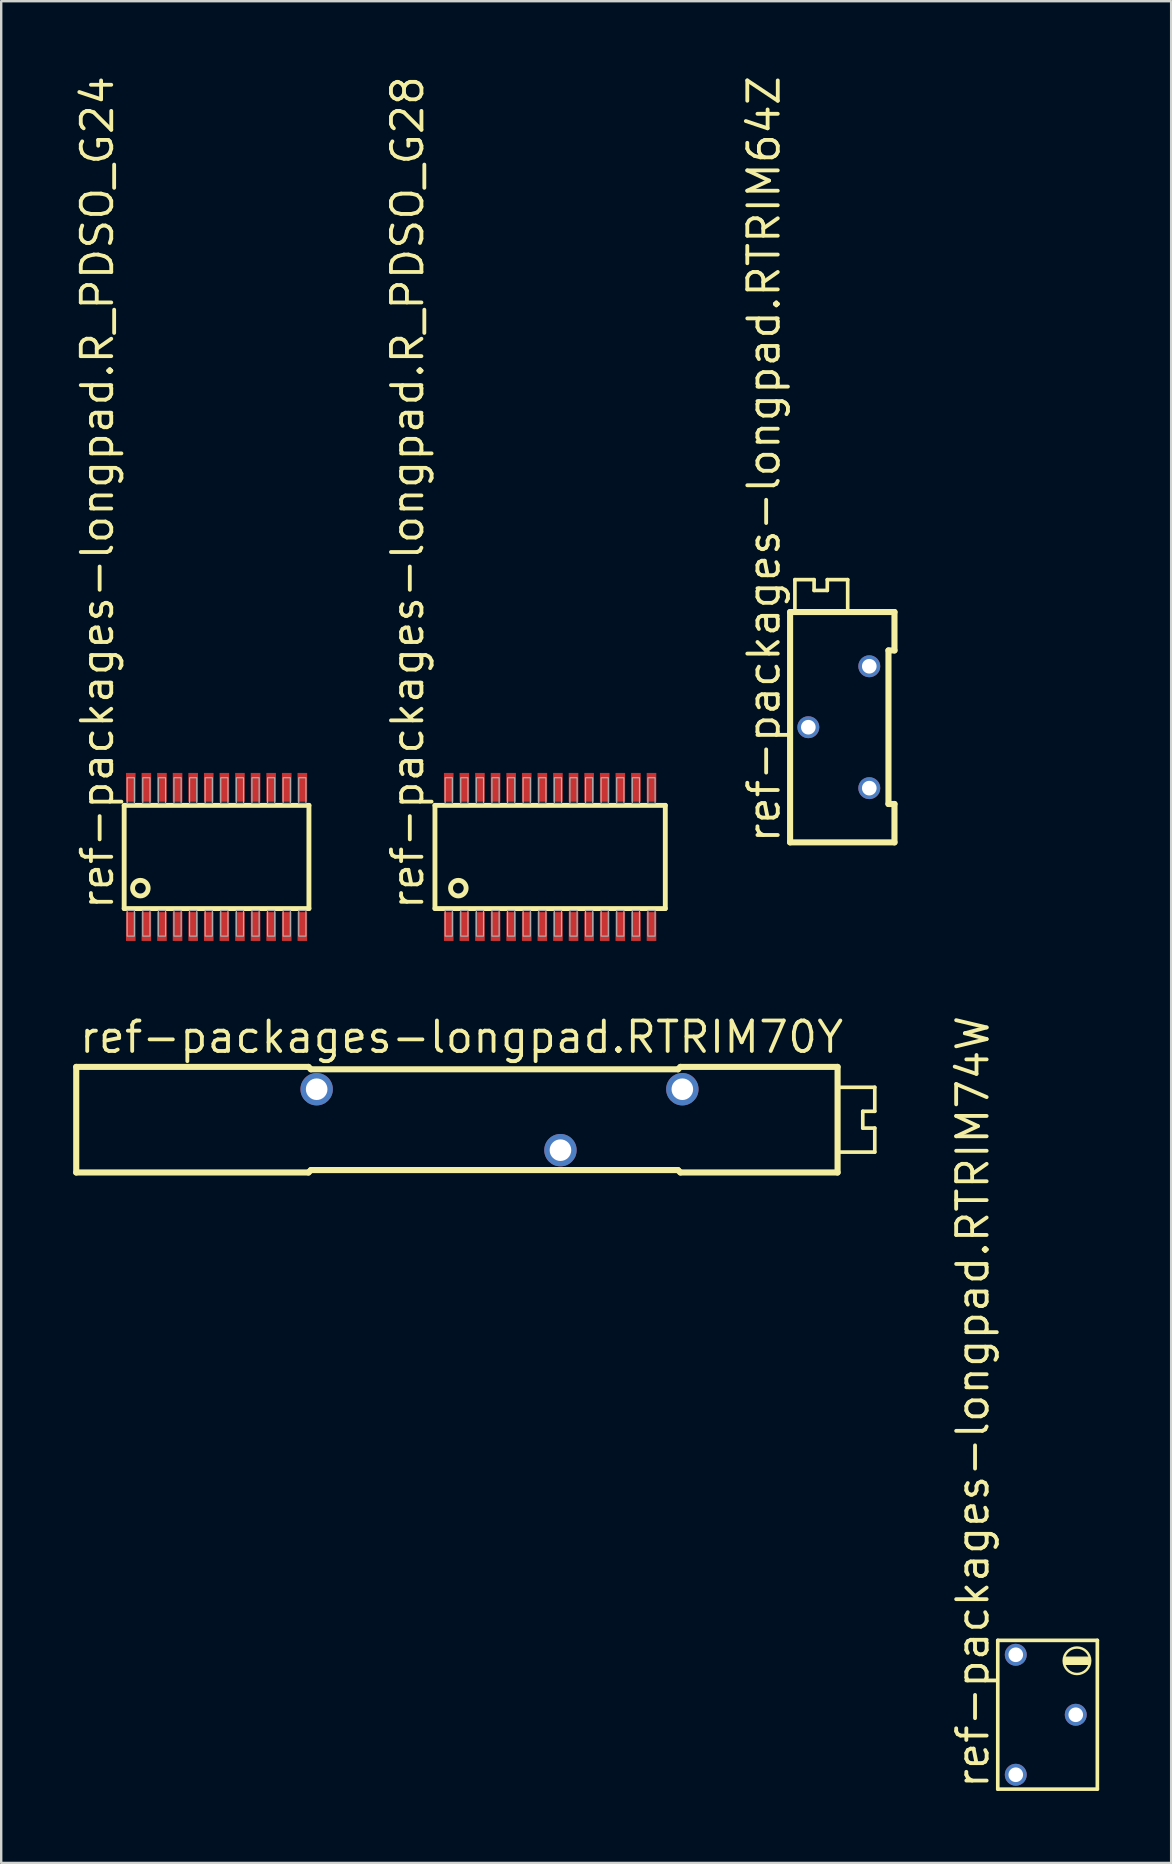
<source format=kicad_pcb>
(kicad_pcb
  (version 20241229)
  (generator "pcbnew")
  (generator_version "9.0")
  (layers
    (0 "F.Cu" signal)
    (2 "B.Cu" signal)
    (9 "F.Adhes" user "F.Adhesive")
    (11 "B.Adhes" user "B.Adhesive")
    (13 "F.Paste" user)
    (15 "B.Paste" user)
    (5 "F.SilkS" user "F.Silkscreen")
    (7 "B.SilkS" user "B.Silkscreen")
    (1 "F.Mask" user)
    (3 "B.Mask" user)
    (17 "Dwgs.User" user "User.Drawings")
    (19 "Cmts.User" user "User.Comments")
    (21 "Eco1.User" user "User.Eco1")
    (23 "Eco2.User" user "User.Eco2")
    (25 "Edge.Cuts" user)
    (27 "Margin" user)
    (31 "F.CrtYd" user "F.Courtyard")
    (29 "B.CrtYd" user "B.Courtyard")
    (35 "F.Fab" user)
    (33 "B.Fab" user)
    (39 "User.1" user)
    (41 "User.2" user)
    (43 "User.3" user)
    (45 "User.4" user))
  (footprint "ref-packages-longpad.RTRIM64Z"
    (layer "F.Cu")
    (at 33.178 27.257)
    (property "Reference" "ref-packages-longpad.RTRIM64Z" (at -3.65 4.9 90) (layer "F.SilkS") (effects (font (size 1.27 1.27) (thickness 0.16)) (justify left bottom)))
    (attr through_hole)
    (fp_line (start -3.3 -4.8) (end 1.05 -4.8) (stroke (width 0.254) (type default)) (layer "F.SilkS"))
    (fp_line (start -3.3 4.8) (end -3.3 -4.8) (stroke (width 0.254) (type default)) (layer "F.SilkS"))
    (fp_line (start -3.1 -6.15) (end -2.3 -6.15) (stroke (width 0.152) (type default)) (layer "F.SilkS"))
    (fp_line (start -3.1 -4.95) (end -3.1 -6.15) (stroke (width 0.152) (type default)) (layer "F.SilkS"))
    (fp_line (start -2.3 -6.15) (end -2.3 -5.7) (stroke (width 0.152) (type default)) (layer "F.SilkS"))
    (fp_line (start -2.3 -5.7) (end -1.75 -5.7) (stroke (width 0.152) (type default)) (layer "F.SilkS"))
    (fp_line (start -1.75 -6.15) (end -0.9 -6.15) (stroke (width 0.152) (type default)) (layer "F.SilkS"))
    (fp_line (start -1.75 -5.7) (end -1.75 -6.15) (stroke (width 0.152) (type default)) (layer "F.SilkS"))
    (fp_line (start -0.9 -6.15) (end -0.9 -4.95) (stroke (width 0.152) (type default)) (layer "F.SilkS"))
    (fp_line (start 0.8 -3.2) (end 0.8 3.2) (stroke (width 0.254) (type default)) (layer "F.SilkS"))
    (fp_line (start 0.8 3.2) (end 1.05 3.2) (stroke (width 0.254) (type default)) (layer "F.SilkS"))
    (fp_line (start 1.05 -4.8) (end 1.05 -3.2) (stroke (width 0.254) (type default)) (layer "F.SilkS"))
    (fp_line (start 1.05 -3.2) (end 0.8 -3.2) (stroke (width 0.254) (type default)) (layer "F.SilkS"))
    (fp_line (start 1.05 3.2) (end 1.05 4.8) (stroke (width 0.254) (type default)) (layer "F.SilkS"))
    (fp_line (start 1.05 4.8) (end -3.3 4.8) (stroke (width 0.254) (type default)) (layer "F.SilkS"))
    (pad "1" thru_hole circle (at 0 2.54) (size 0.914 0.914) (drill 0.61) (layers "*.Cu" "*.Mask"))
    (pad "2" thru_hole circle (at -2.54 0) (size 0.914 0.914) (drill 0.61) (layers "*.Cu" "*.Mask"))
    (pad "3" thru_hole circle (at 0 -2.54) (size 0.914 0.914) (drill 0.61) (layers "*.Cu" "*.Mask")))
  (footprint "ref-packages-longpad.RTRIM70Y"
    (layer "F.Cu")
    (at 16.497 43.614)
    (property "Reference" "ref-packages-longpad.RTRIM70Y" (at -16.32 -2.7 0) (layer "F.SilkS") (effects (font (size 1.27 1.27) (thickness 0.16)) (justify left bottom)))
    (attr through_hole)
    (fp_line (start -16.37 -2.2) (end -16.37 2.2) (stroke (width 0.254) (type default)) (layer "F.SilkS"))
    (fp_line (start -16.37 2.2) (end -6.69 2.2) (stroke (width 0.254) (type default)) (layer "F.SilkS"))
    (fp_line (start -6.69 -2.2) (end -16.37 -2.2) (stroke (width 0.254) (type default)) (layer "F.SilkS"))
    (fp_line (start -6.59 -2.1) (end -6.69 -2.2) (stroke (width 0.254) (type default)) (layer "F.SilkS"))
    (fp_line (start -6.59 2.1) (end -6.69 2.2) (stroke (width 0.254) (type default)) (layer "F.SilkS"))
    (fp_line (start 8.71 -2.1) (end -6.59 -2.1) (stroke (width 0.254) (type default)) (layer "F.SilkS"))
    (fp_line (start 8.71 2.1) (end -6.59 2.1) (stroke (width 0.254) (type default)) (layer "F.SilkS"))
    (fp_line (start 8.71 2.1) (end 8.81 2.2) (stroke (width 0.254) (type default)) (layer "F.SilkS"))
    (fp_line (start 8.81 -2.2) (end 8.71 -2.1) (stroke (width 0.254) (type default)) (layer "F.SilkS"))
    (fp_line (start 8.81 2.2) (end 15.36 2.2) (stroke (width 0.254) (type default)) (layer "F.SilkS"))
    (fp_line (start 15.36 -2.2) (end 8.81 -2.2) (stroke (width 0.254) (type default)) (layer "F.SilkS"))
    (fp_line (start 15.36 2.2) (end 15.36 -2.2) (stroke (width 0.254) (type default)) (layer "F.SilkS"))
    (fp_line (start 15.46 -1.35) (end 16.91 -1.35) (stroke (width 0.152) (type default)) (layer "F.SilkS"))
    (fp_line (start 16.41 -0.35) (end 16.41 0.35) (stroke (width 0.152) (type default)) (layer "F.SilkS"))
    (fp_line (start 16.41 0.35) (end 16.91 0.35) (stroke (width 0.152) (type default)) (layer "F.SilkS"))
    (fp_line (start 16.91 -1.35) (end 16.91 -0.35) (stroke (width 0.152) (type default)) (layer "F.SilkS"))
    (fp_line (start 16.91 -0.35) (end 16.41 -0.35) (stroke (width 0.152) (type default)) (layer "F.SilkS"))
    (fp_line (start 16.91 0.35) (end 16.91 1.35) (stroke (width 0.152) (type default)) (layer "F.SilkS"))
    (fp_line (start 16.91 1.35) (end 15.46 1.35) (stroke (width 0.152) (type default)) (layer "F.SilkS"))
    (pad "1" thru_hole circle (at -6.35 -1.27) (size 1.35 1.35) (drill 0.9) (layers "*.Cu" "*.Mask"))
    (pad "2" thru_hole circle (at 3.81 1.27) (size 1.35 1.35) (drill 0.9) (layers "*.Cu" "*.Mask"))
    (pad "3" thru_hole circle (at 8.89 -1.27) (size 1.35 1.35) (drill 0.9) (layers "*.Cu" "*.Mask")))
  (footprint "ref-packages-longpad.R_PDSO_G28"
    (layer "F.Cu")
    (at 19.877 32.664)
    (property "Reference" "ref-packages-longpad.R_PDSO_G28" (at -5.2 2.275 90) (layer "F.SilkS") (effects (font (size 1.27 1.27) (thickness 0.16)) (justify left bottom)))
    (attr smd)
    (fp_line (start -4.8 -2.15) (end 4.8 -2.15) (stroke (width 0.203) (type default)) (layer "F.SilkS"))
    (fp_line (start -4.8 2.15) (end -4.8 -2.15) (stroke (width 0.203) (type default)) (layer "F.SilkS"))
    (fp_line (start 4.8 -2.15) (end 4.8 2.15) (stroke (width 0.203) (type default)) (layer "F.SilkS"))
    (fp_line (start 4.8 2.15) (end -4.8 2.15) (stroke (width 0.203) (type default)) (layer "F.SilkS"))
    (fp_circle (center -3.825 1.3) (end -3.5 1.3) (stroke (width 0.203) (type default)) (fill no) (layer "F.SilkS"))
    (fp_rect (start -4.375 -2.23) (end -4.075 -3.3) (stroke (width 0.05) (type default)) (fill no) (layer "F.Fab"))
    (fp_rect (start -4.375 3.3) (end -4.075 2.23) (stroke (width 0.05) (type default)) (fill no) (layer "F.Fab"))
    (fp_rect (start -3.725 -2.23) (end -3.425 -3.3) (stroke (width 0.05) (type default)) (fill no) (layer "F.Fab"))
    (fp_rect (start -3.725 3.3) (end -3.425 2.23) (stroke (width 0.05) (type default)) (fill no) (layer "F.Fab"))
    (fp_rect (start -3.075 -2.23) (end -2.775 -3.3) (stroke (width 0.05) (type default)) (fill no) (layer "F.Fab"))
    (fp_rect (start -3.075 3.3) (end -2.775 2.23) (stroke (width 0.05) (type default)) (fill no) (layer "F.Fab"))
    (fp_rect (start -2.425 -2.23) (end -2.125 -3.3) (stroke (width 0.05) (type default)) (fill no) (layer "F.Fab"))
    (fp_rect (start -2.425 3.3) (end -2.125 2.23) (stroke (width 0.05) (type default)) (fill no) (layer "F.Fab"))
    (fp_rect (start -1.775 -2.23) (end -1.475 -3.3) (stroke (width 0.05) (type default)) (fill no) (layer "F.Fab"))
    (fp_rect (start -1.775 3.3) (end -1.475 2.23) (stroke (width 0.05) (type default)) (fill no) (layer "F.Fab"))
    (fp_rect (start -1.125 -2.23) (end -0.825 -3.3) (stroke (width 0.05) (type default)) (fill no) (layer "F.Fab"))
    (fp_rect (start -1.125 3.3) (end -0.825 2.23) (stroke (width 0.05) (type default)) (fill no) (layer "F.Fab"))
    (fp_rect (start -0.475 -2.23) (end -0.175 -3.3) (stroke (width 0.05) (type default)) (fill no) (layer "F.Fab"))
    (fp_rect (start -0.475 3.3) (end -0.175 2.23) (stroke (width 0.05) (type default)) (fill no) (layer "F.Fab"))
    (fp_rect (start 0.175 -2.23) (end 0.475 -3.3) (stroke (width 0.05) (type default)) (fill no) (layer "F.Fab"))
    (fp_rect (start 0.175 3.3) (end 0.475 2.23) (stroke (width 0.05) (type default)) (fill no) (layer "F.Fab"))
    (fp_rect (start 0.825 -2.23) (end 1.125 -3.3) (stroke (width 0.05) (type default)) (fill no) (layer "F.Fab"))
    (fp_rect (start 0.825 3.3) (end 1.125 2.23) (stroke (width 0.05) (type default)) (fill no) (layer "F.Fab"))
    (fp_rect (start 1.475 -2.23) (end 1.775 -3.3) (stroke (width 0.05) (type default)) (fill no) (layer "F.Fab"))
    (fp_rect (start 1.475 3.3) (end 1.775 2.23) (stroke (width 0.05) (type default)) (fill no) (layer "F.Fab"))
    (fp_rect (start 2.125 -2.23) (end 2.425 -3.3) (stroke (width 0.05) (type default)) (fill no) (layer "F.Fab"))
    (fp_rect (start 2.125 3.3) (end 2.425 2.23) (stroke (width 0.05) (type default)) (fill no) (layer "F.Fab"))
    (fp_rect (start 2.775 -2.23) (end 3.075 -3.3) (stroke (width 0.05) (type default)) (fill no) (layer "F.Fab"))
    (fp_rect (start 2.775 3.3) (end 3.075 2.23) (stroke (width 0.05) (type default)) (fill no) (layer "F.Fab"))
    (fp_rect (start 3.425 -2.23) (end 3.725 -3.3) (stroke (width 0.05) (type default)) (fill no) (layer "F.Fab"))
    (fp_rect (start 3.425 3.3) (end 3.725 2.23) (stroke (width 0.05) (type default)) (fill no) (layer "F.Fab"))
    (fp_rect (start 4.075 -2.23) (end 4.375 -3.3) (stroke (width 0.05) (type default)) (fill no) (layer "F.Fab"))
    (fp_rect (start 4.075 3.3) (end 4.375 2.23) (stroke (width 0.05) (type default)) (fill no) (layer "F.Fab"))
    (pad "1" smd roundrect (at -4.225 2.9) (size 0.4 1.2) (layers "F.Cu" "F.Mask" "F.Paste") (roundrect_rratio 0.01))
    (pad "2" smd roundrect (at -3.575 2.9) (size 0.4 1.2) (layers "F.Cu" "F.Mask" "F.Paste") (roundrect_rratio 0.01))
    (pad "3" smd roundrect (at -2.925 2.9) (size 0.4 1.2) (layers "F.Cu" "F.Mask" "F.Paste") (roundrect_rratio 0.01))
    (pad "4" smd roundrect (at -2.275 2.9) (size 0.4 1.2) (layers "F.Cu" "F.Mask" "F.Paste") (roundrect_rratio 0.01))
    (pad "5" smd roundrect (at -1.625 2.9) (size 0.4 1.2) (layers "F.Cu" "F.Mask" "F.Paste") (roundrect_rratio 0.01))
    (pad "6" smd roundrect (at -0.975 2.9) (size 0.4 1.2) (layers "F.Cu" "F.Mask" "F.Paste") (roundrect_rratio 0.01))
    (pad "7" smd roundrect (at -0.325 2.9) (size 0.4 1.2) (layers "F.Cu" "F.Mask" "F.Paste") (roundrect_rratio 0.01))
    (pad "8" smd roundrect (at 0.325 2.9) (size 0.4 1.2) (layers "F.Cu" "F.Mask" "F.Paste") (roundrect_rratio 0.01))
    (pad "9" smd roundrect (at 0.975 2.9) (size 0.4 1.2) (layers "F.Cu" "F.Mask" "F.Paste") (roundrect_rratio 0.01))
    (pad "10" smd roundrect (at 1.625 2.9) (size 0.4 1.2) (layers "F.Cu" "F.Mask" "F.Paste") (roundrect_rratio 0.01))
    (pad "11" smd roundrect (at 2.275 2.9) (size 0.4 1.2) (layers "F.Cu" "F.Mask" "F.Paste") (roundrect_rratio 0.01))
    (pad "12" smd roundrect (at 2.925 2.9) (size 0.4 1.2) (layers "F.Cu" "F.Mask" "F.Paste") (roundrect_rratio 0.01))
    (pad "13" smd roundrect (at 3.575 2.9) (size 0.4 1.2) (layers "F.Cu" "F.Mask" "F.Paste") (roundrect_rratio 0.01))
    (pad "14" smd roundrect (at 4.225 2.9) (size 0.4 1.2) (layers "F.Cu" "F.Mask" "F.Paste") (roundrect_rratio 0.01))
    (pad "15" smd roundrect (at 4.225 -2.9 180) (size 0.4 1.2) (layers "F.Cu" "F.Mask" "F.Paste") (roundrect_rratio 0.01))
    (pad "16" smd roundrect (at 3.575 -2.9 180) (size 0.4 1.2) (layers "F.Cu" "F.Mask" "F.Paste") (roundrect_rratio 0.01))
    (pad "17" smd roundrect (at 2.925 -2.9 180) (size 0.4 1.2) (layers "F.Cu" "F.Mask" "F.Paste") (roundrect_rratio 0.01))
    (pad "18" smd roundrect (at 2.275 -2.9 180) (size 0.4 1.2) (layers "F.Cu" "F.Mask" "F.Paste") (roundrect_rratio 0.01))
    (pad "19" smd roundrect (at 1.625 -2.9 180) (size 0.4 1.2) (layers "F.Cu" "F.Mask" "F.Paste") (roundrect_rratio 0.01))
    (pad "20" smd roundrect (at 0.975 -2.9 180) (size 0.4 1.2) (layers "F.Cu" "F.Mask" "F.Paste") (roundrect_rratio 0.01))
    (pad "21" smd roundrect (at 0.325 -2.9 180) (size 0.4 1.2) (layers "F.Cu" "F.Mask" "F.Paste") (roundrect_rratio 0.01))
    (pad "22" smd roundrect (at -0.325 -2.9 180) (size 0.4 1.2) (layers "F.Cu" "F.Mask" "F.Paste") (roundrect_rratio 0.01))
    (pad "23" smd roundrect (at -0.975 -2.9 180) (size 0.4 1.2) (layers "F.Cu" "F.Mask" "F.Paste") (roundrect_rratio 0.01))
    (pad "24" smd roundrect (at -1.625 -2.9 180) (size 0.4 1.2) (layers "F.Cu" "F.Mask" "F.Paste") (roundrect_rratio 0.01))
    (pad "25" smd roundrect (at -2.275 -2.9 180) (size 0.4 1.2) (layers "F.Cu" "F.Mask" "F.Paste") (roundrect_rratio 0.01))
    (pad "26" smd roundrect (at -2.925 -2.9 180) (size 0.4 1.2) (layers "F.Cu" "F.Mask" "F.Paste") (roundrect_rratio 0.01))
    (pad "27" smd roundrect (at -3.575 -2.9 180) (size 0.4 1.2) (layers "F.Cu" "F.Mask" "F.Paste") (roundrect_rratio 0.01))
    (pad "28" smd roundrect (at -4.225 -2.9 180) (size 0.4 1.2) (layers "F.Cu" "F.Mask" "F.Paste") (roundrect_rratio 0.01)))
  (footprint "ref-packages-longpad.RTRIM74W"
    (layer "F.Cu")
    (at 40.533 68.414)
    (property "Reference" "ref-packages-longpad.RTRIM74W" (at -2.3 3.15 90) (layer "F.SilkS") (effects (font (size 1.27 1.27) (thickness 0.16)) (justify left bottom)))
    (attr through_hole)
    (fp_line (start -2 -3.1) (end -2 3.1) (stroke (width 0.152) (type default)) (layer "F.SilkS"))
    (fp_line (start -2 3.1) (end 2.15 3.1) (stroke (width 0.152) (type default)) (layer "F.SilkS"))
    (fp_line (start 2.15 -3.1) (end -2 -3.1) (stroke (width 0.152) (type default)) (layer "F.SilkS"))
    (fp_line (start 2.15 3.1) (end 2.15 -3.1) (stroke (width 0.152) (type default)) (layer "F.SilkS"))
    (fp_rect (start 0.8 -2.1) (end 1.8 -2.4) (stroke (width 0.05) (type default)) (fill yes) (layer "F.SilkS"))
    (fp_circle (center 1.3 -2.25) (end 1.852 -2.25) (stroke (width 0.102) (type default)) (fill no) (layer "F.SilkS"))
    (pad "1" thru_hole circle (at -1.25 2.5) (size 0.914 0.914) (drill 0.61) (layers "*.Cu" "*.Mask"))
    (pad "2" thru_hole circle (at 1.25 0) (size 0.914 0.914) (drill 0.61) (layers "*.Cu" "*.Mask"))
    (pad "3" thru_hole circle (at -1.25 -2.5) (size 0.914 0.914) (drill 0.61) (layers "*.Cu" "*.Mask")))
  (footprint "ref-packages-longpad.R_PDSO_G24"
    (layer "F.Cu")
    (at 5.975 32.664)
    (property "Reference" "ref-packages-longpad.R_PDSO_G24" (at -4.225 2.275 90) (layer "F.SilkS") (effects (font (size 1.27 1.27) (thickness 0.16)) (justify left bottom)))
    (attr smd)
    (fp_line (start -3.85 -2.15) (end 3.85 -2.15) (stroke (width 0.203) (type default)) (layer "F.SilkS"))
    (fp_line (start -3.85 2.15) (end -3.85 -2.15) (stroke (width 0.203) (type default)) (layer "F.SilkS"))
    (fp_line (start 3.85 -2.15) (end 3.85 2.15) (stroke (width 0.203) (type default)) (layer "F.SilkS"))
    (fp_line (start 3.85 2.15) (end -3.85 2.15) (stroke (width 0.203) (type default)) (layer "F.SilkS"))
    (fp_circle (center -3.175 1.3) (end -2.85 1.3) (stroke (width 0.203) (type default)) (fill no) (layer "F.SilkS"))
    (fp_rect (start -3.725 -2.23) (end -3.425 -3.3) (stroke (width 0.05) (type default)) (fill no) (layer "F.Fab"))
    (fp_rect (start -3.725 3.3) (end -3.425 2.23) (stroke (width 0.05) (type default)) (fill no) (layer "F.Fab"))
    (fp_rect (start -3.075 -2.23) (end -2.775 -3.3) (stroke (width 0.05) (type default)) (fill no) (layer "F.Fab"))
    (fp_rect (start -3.075 3.3) (end -2.775 2.23) (stroke (width 0.05) (type default)) (fill no) (layer "F.Fab"))
    (fp_rect (start -2.425 -2.23) (end -2.125 -3.3) (stroke (width 0.05) (type default)) (fill no) (layer "F.Fab"))
    (fp_rect (start -2.425 3.3) (end -2.125 2.23) (stroke (width 0.05) (type default)) (fill no) (layer "F.Fab"))
    (fp_rect (start -1.775 -2.23) (end -1.475 -3.3) (stroke (width 0.05) (type default)) (fill no) (layer "F.Fab"))
    (fp_rect (start -1.775 3.3) (end -1.475 2.23) (stroke (width 0.05) (type default)) (fill no) (layer "F.Fab"))
    (fp_rect (start -1.125 -2.23) (end -0.825 -3.3) (stroke (width 0.05) (type default)) (fill no) (layer "F.Fab"))
    (fp_rect (start -1.125 3.3) (end -0.825 2.23) (stroke (width 0.05) (type default)) (fill no) (layer "F.Fab"))
    (fp_rect (start -0.475 -2.23) (end -0.175 -3.3) (stroke (width 0.05) (type default)) (fill no) (layer "F.Fab"))
    (fp_rect (start -0.475 3.3) (end -0.175 2.23) (stroke (width 0.05) (type default)) (fill no) (layer "F.Fab"))
    (fp_rect (start 0.175 -2.23) (end 0.475 -3.3) (stroke (width 0.05) (type default)) (fill no) (layer "F.Fab"))
    (fp_rect (start 0.175 3.3) (end 0.475 2.23) (stroke (width 0.05) (type default)) (fill no) (layer "F.Fab"))
    (fp_rect (start 0.825 -2.23) (end 1.125 -3.3) (stroke (width 0.05) (type default)) (fill no) (layer "F.Fab"))
    (fp_rect (start 0.825 3.3) (end 1.125 2.23) (stroke (width 0.05) (type default)) (fill no) (layer "F.Fab"))
    (fp_rect (start 1.475 -2.23) (end 1.775 -3.3) (stroke (width 0.05) (type default)) (fill no) (layer "F.Fab"))
    (fp_rect (start 1.475 3.3) (end 1.775 2.23) (stroke (width 0.05) (type default)) (fill no) (layer "F.Fab"))
    (fp_rect (start 2.125 -2.23) (end 2.425 -3.3) (stroke (width 0.05) (type default)) (fill no) (layer "F.Fab"))
    (fp_rect (start 2.125 3.3) (end 2.425 2.23) (stroke (width 0.05) (type default)) (fill no) (layer "F.Fab"))
    (fp_rect (start 2.775 -2.23) (end 3.075 -3.3) (stroke (width 0.05) (type default)) (fill no) (layer "F.Fab"))
    (fp_rect (start 2.775 3.3) (end 3.075 2.23) (stroke (width 0.05) (type default)) (fill no) (layer "F.Fab"))
    (fp_rect (start 3.425 -2.23) (end 3.725 -3.3) (stroke (width 0.05) (type default)) (fill no) (layer "F.Fab"))
    (fp_rect (start 3.425 3.3) (end 3.725 2.23) (stroke (width 0.05) (type default)) (fill no) (layer "F.Fab"))
    (pad "1" smd roundrect (at -3.575 2.9) (size 0.4 1.2) (layers "F.Cu" "F.Mask" "F.Paste") (roundrect_rratio 0.01))
    (pad "2" smd roundrect (at -2.925 2.9) (size 0.4 1.2) (layers "F.Cu" "F.Mask" "F.Paste") (roundrect_rratio 0.01))
    (pad "3" smd roundrect (at -2.275 2.9) (size 0.4 1.2) (layers "F.Cu" "F.Mask" "F.Paste") (roundrect_rratio 0.01))
    (pad "4" smd roundrect (at -1.625 2.9) (size 0.4 1.2) (layers "F.Cu" "F.Mask" "F.Paste") (roundrect_rratio 0.01))
    (pad "5" smd roundrect (at -0.975 2.9) (size 0.4 1.2) (layers "F.Cu" "F.Mask" "F.Paste") (roundrect_rratio 0.01))
    (pad "6" smd roundrect (at -0.325 2.9) (size 0.4 1.2) (layers "F.Cu" "F.Mask" "F.Paste") (roundrect_rratio 0.01))
    (pad "7" smd roundrect (at 0.325 2.9) (size 0.4 1.2) (layers "F.Cu" "F.Mask" "F.Paste") (roundrect_rratio 0.01))
    (pad "8" smd roundrect (at 0.975 2.9) (size 0.4 1.2) (layers "F.Cu" "F.Mask" "F.Paste") (roundrect_rratio 0.01))
    (pad "9" smd roundrect (at 1.625 2.9) (size 0.4 1.2) (layers "F.Cu" "F.Mask" "F.Paste") (roundrect_rratio 0.01))
    (pad "10" smd roundrect (at 2.275 2.9) (size 0.4 1.2) (layers "F.Cu" "F.Mask" "F.Paste") (roundrect_rratio 0.01))
    (pad "11" smd roundrect (at 2.925 2.9) (size 0.4 1.2) (layers "F.Cu" "F.Mask" "F.Paste") (roundrect_rratio 0.01))
    (pad "12" smd roundrect (at 3.575 2.9) (size 0.4 1.2) (layers "F.Cu" "F.Mask" "F.Paste") (roundrect_rratio 0.01))
    (pad "13" smd roundrect (at 3.575 -2.9 180) (size 0.4 1.2) (layers "F.Cu" "F.Mask" "F.Paste") (roundrect_rratio 0.01))
    (pad "14" smd roundrect (at 2.925 -2.9 180) (size 0.4 1.2) (layers "F.Cu" "F.Mask" "F.Paste") (roundrect_rratio 0.01))
    (pad "15" smd roundrect (at 2.275 -2.9 180) (size 0.4 1.2) (layers "F.Cu" "F.Mask" "F.Paste") (roundrect_rratio 0.01))
    (pad "16" smd roundrect (at 1.625 -2.9 180) (size 0.4 1.2) (layers "F.Cu" "F.Mask" "F.Paste") (roundrect_rratio 0.01))
    (pad "17" smd roundrect (at 0.975 -2.9 180) (size 0.4 1.2) (layers "F.Cu" "F.Mask" "F.Paste") (roundrect_rratio 0.01))
    (pad "18" smd roundrect (at 0.325 -2.9 180) (size 0.4 1.2) (layers "F.Cu" "F.Mask" "F.Paste") (roundrect_rratio 0.01))
    (pad "19" smd roundrect (at -0.325 -2.9 180) (size 0.4 1.2) (layers "F.Cu" "F.Mask" "F.Paste") (roundrect_rratio 0.01))
    (pad "20" smd roundrect (at -0.975 -2.9 180) (size 0.4 1.2) (layers "F.Cu" "F.Mask" "F.Paste") (roundrect_rratio 0.01))
    (pad "21" smd roundrect (at -1.625 -2.9 180) (size 0.4 1.2) (layers "F.Cu" "F.Mask" "F.Paste") (roundrect_rratio 0.01))
    (pad "22" smd roundrect (at -2.275 -2.9 180) (size 0.4 1.2) (layers "F.Cu" "F.Mask" "F.Paste") (roundrect_rratio 0.01))
    (pad "23" smd roundrect (at -2.925 -2.9 180) (size 0.4 1.2) (layers "F.Cu" "F.Mask" "F.Paste") (roundrect_rratio 0.01))
    (pad "24" smd roundrect (at -3.575 -2.9 180) (size 0.4 1.2) (layers "F.Cu" "F.Mask" "F.Paste") (roundrect_rratio 0.01)))
  (gr_rect
    (start -3 -3)
    (end 45.759 74.59)
    (stroke (width 0.1) (type default))
    (fill no)
    (layer "Edge.Cuts")))
</source>
